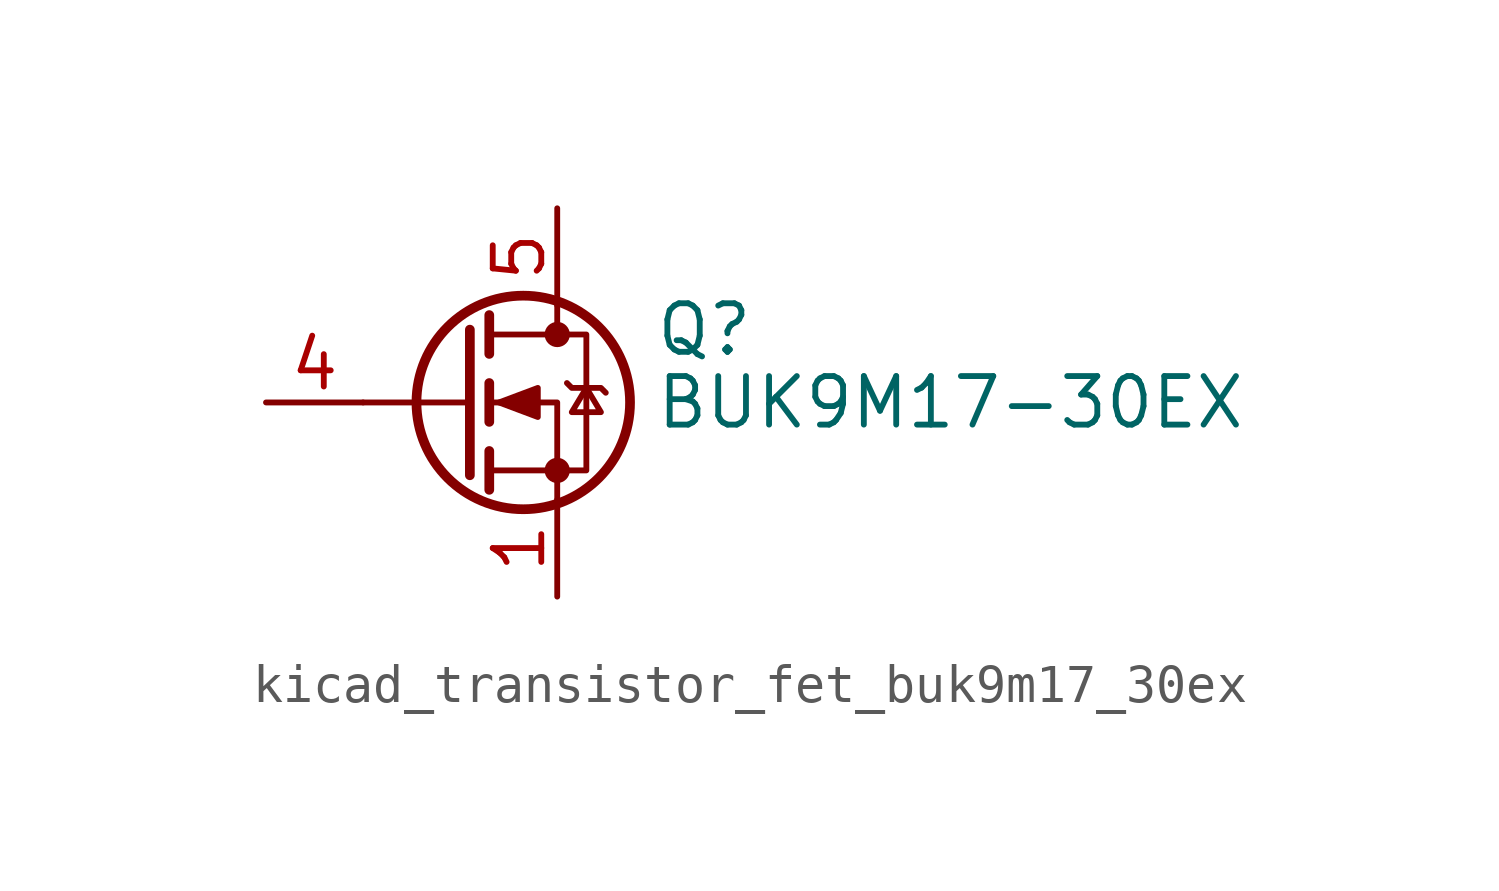
<source format=kicad_sym>
(kicad_symbol_lib
  (version 20220914)
  (generator kicad_symbol_editor)
  (symbol "kicad_transistor_fet_buk9m17_30ex"
    (pin_names hide)
    (property "Reference" "Q"
      (at 5.08 1.905 0)
      (effects (font (size 1.27 1.27)) (justify left)))
    (property "Value" "BUK9M17-30EX"
      (at 5.08 0 0)
      (effects (font (size 1.27 1.27)) (justify left)))
    (symbol "kicad_transistor_fet_buk9m17_30ex_0_1"
      (polyline (pts (xy 0.254 0) (xy -2.54 0)) (stroke (width 0) (type default)) (fill (type none)))
      (polyline (pts (xy 0.254 1.905) (xy 0.254 -1.905)) (stroke (width 0.254) (type default)) (fill (type none)))
      (polyline (pts (xy 0.762 -1.27) (xy 0.762 -2.286)) (stroke (width 0.254) (type default)) (fill (type none)))
      (polyline (pts (xy 0.762 0.508) (xy 0.762 -0.508)) (stroke (width 0.254) (type default)) (fill (type none)))
      (polyline (pts (xy 0.762 2.286) (xy 0.762 1.27)) (stroke (width 0.254) (type default)) (fill (type none)))
      (polyline (pts (xy 2.54 2.54) (xy 2.54 1.778)) (stroke (width 0) (type default)) (fill (type none)))
      (polyline (pts (xy 2.54 -2.54) (xy 2.54 0) (xy 0.762 0)) (stroke (width 0) (type default)) (fill (type none)))
      (polyline (pts (xy 0.762 -1.778) (xy 3.302 -1.778) (xy 3.302 1.778) (xy 0.762 1.778)) (stroke (width 0) (type default)) (fill (type none)))
      (polyline (pts (xy 1.016 0) (xy 2.032 0.381) (xy 2.032 -0.381) (xy 1.016 0)) (stroke (width 0) (type default)) (fill (type outline)))
      (polyline (pts (xy 2.794 0.508) (xy 2.921 0.381) (xy 3.683 0.381) (xy 3.81 0.254)) (stroke (width 0) (type default)) (fill (type none)))
      (polyline (pts (xy 3.302 0.381) (xy 2.921 -0.254) (xy 3.683 -0.254) (xy 3.302 0.381)) (stroke (width 0) (type default)) (fill (type none)))
      (circle (center 1.651 0) (radius 2.794) (stroke (width 0.254) (type default)) (fill (type none)))
      (circle (center 2.54 -1.778) (radius 0.254) (stroke (width 0) (type default)) (fill (type outline)))
      (circle (center 2.54 1.778) (radius 0.254) (stroke (width 0) (type default)) (fill (type outline))))
    (symbol "kicad_transistor_fet_buk9m17_30ex_1_1"
      (pin passive line (at 2.54 -5.08 90) (length 2.54) (name "S" (effects (font (size 1.27 1.27)))) (number "1" (effects (font (size 1.27 1.27)))))
      (pin passive line (at 2.54 -5.08 90) (length 2.54) hide (name "S" (effects (font (size 1.27 1.27)))) (number "2" (effects (font (size 1.27 1.27)))))
      (pin passive line (at 2.54 -5.08 90) (length 2.54) hide (name "S" (effects (font (size 1.27 1.27)))) (number "3" (effects (font (size 1.27 1.27)))))
      (pin passive line (at -5.08 0 0) (length 2.54) (name "G" (effects (font (size 1.27 1.27)))) (number "4" (effects (font (size 1.27 1.27)))))
      (pin passive line (at 2.54 5.08 270) (length 2.54) (name "D" (effects (font (size 1.27 1.27)))) (number "5" (effects (font (size 1.27 1.27))))))))
</source>
